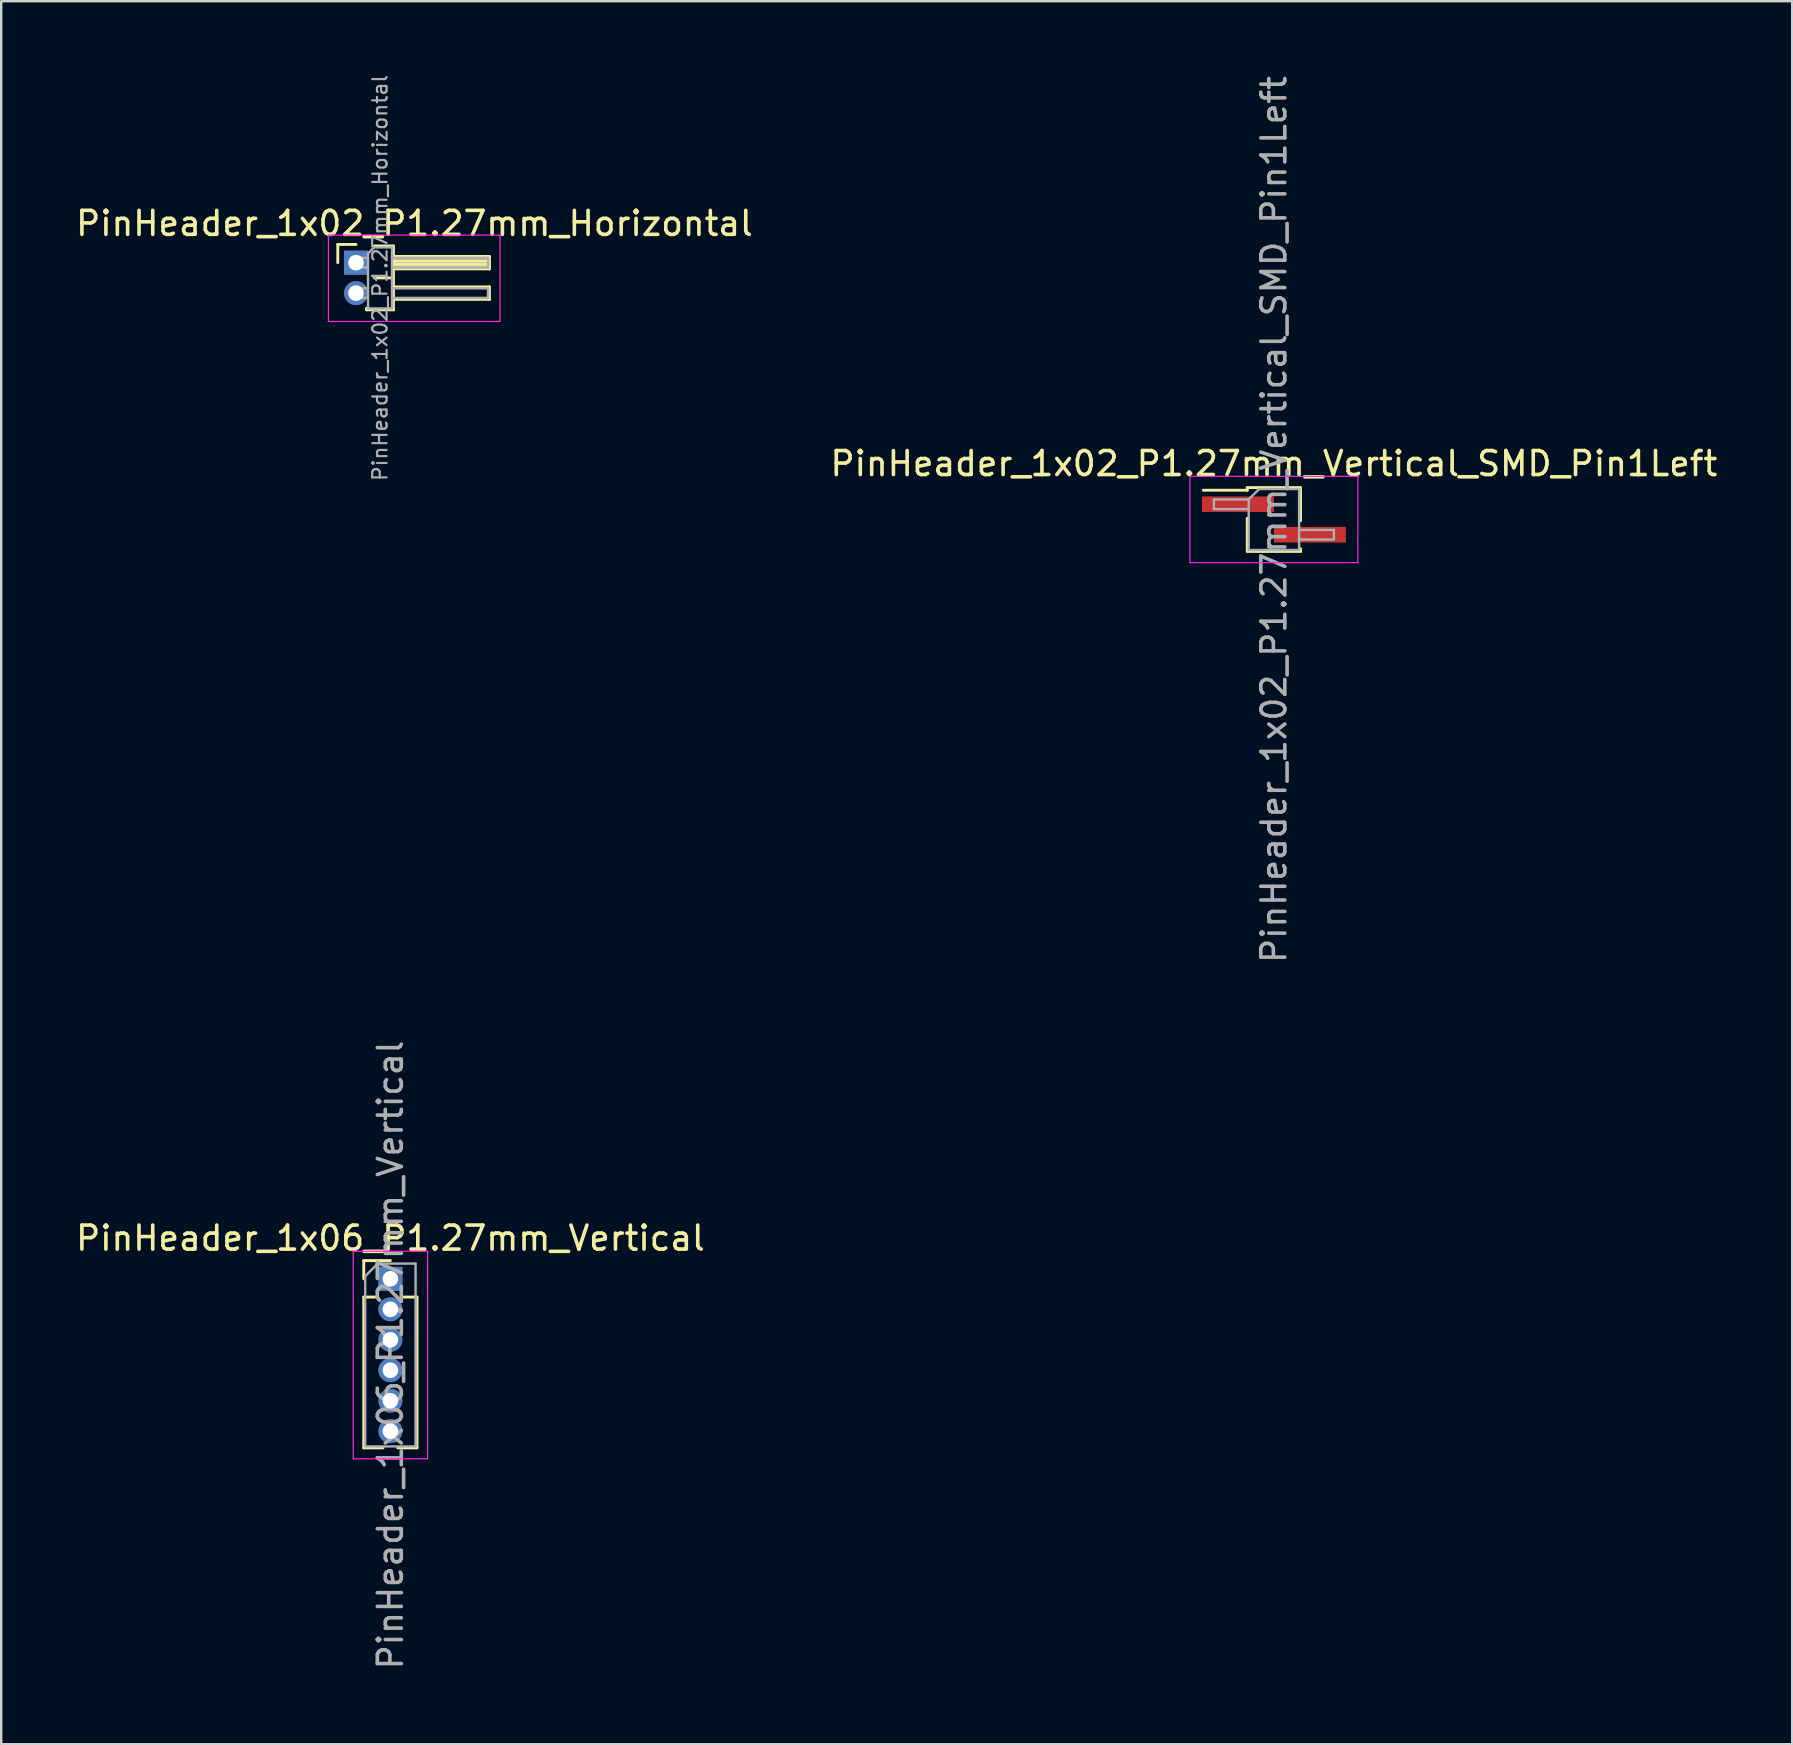
<source format=kicad_pcb>
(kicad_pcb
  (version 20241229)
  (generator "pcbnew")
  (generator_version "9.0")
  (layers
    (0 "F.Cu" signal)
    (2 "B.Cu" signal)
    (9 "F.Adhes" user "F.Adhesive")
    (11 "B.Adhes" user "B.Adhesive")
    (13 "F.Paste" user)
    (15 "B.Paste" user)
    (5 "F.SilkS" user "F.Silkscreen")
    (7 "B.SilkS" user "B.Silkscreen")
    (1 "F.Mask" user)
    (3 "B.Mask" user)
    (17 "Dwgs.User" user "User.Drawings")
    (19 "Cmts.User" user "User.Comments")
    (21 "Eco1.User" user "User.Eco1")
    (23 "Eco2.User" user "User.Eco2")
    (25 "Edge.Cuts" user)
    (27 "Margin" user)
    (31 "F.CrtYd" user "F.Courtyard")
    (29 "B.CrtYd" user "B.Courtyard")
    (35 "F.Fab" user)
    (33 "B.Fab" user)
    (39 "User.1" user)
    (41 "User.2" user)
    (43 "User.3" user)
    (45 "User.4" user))
  (footprint "PinHeader_1x02_P1.27mm_Vertical_SMD_Pin1Left"
    (layer "F.Cu")
    (at 50.042 18.601)
    (property "Reference" "PinHeader_1x02_P1.27mm_Vertical_SMD_Pin1Left" (at 0 -2.33 0) (layer "F.SilkS") (effects (font (size 1 1) (thickness 0.15))))
    (attr smd)
    (fp_line (start -1.11 -1.33) (end -1.11 -1.22) (stroke (width 0.12) (type solid)) (layer "F.SilkS"))
    (fp_line (start -1.11 -1.33) (end 1.11 -1.33) (stroke (width 0.12) (type solid)) (layer "F.SilkS"))
    (fp_line (start -1.11 -1.22) (end -2.94 -1.22) (stroke (width 0.12) (type solid)) (layer "F.SilkS"))
    (fp_line (start -1.11 -0.05) (end -1.11 1.32) (stroke (width 0.12) (type solid)) (layer "F.SilkS"))
    (fp_line (start -1.11 1.33) (end 1.11 1.33) (stroke (width 0.12) (type solid)) (layer "F.SilkS"))
    (fp_line (start 1.11 -1.32) (end 1.11 0.05) (stroke (width 0.12) (type solid)) (layer "F.SilkS"))
    (fp_line (start 1.11 1.22) (end 1.11 1.33) (stroke (width 0.12) (type solid)) (layer "F.SilkS"))
    (fp_line (start -3.5 -1.8) (end -3.5 1.8) (stroke (width 0.05) (type solid)) (layer "F.CrtYd"))
    (fp_line (start -3.5 1.8) (end 3.5 1.8) (stroke (width 0.05) (type solid)) (layer "F.CrtYd"))
    (fp_line (start 3.5 -1.8) (end -3.5 -1.8) (stroke (width 0.05) (type solid)) (layer "F.CrtYd"))
    (fp_line (start 3.5 1.8) (end 3.5 -1.8) (stroke (width 0.05) (type solid)) (layer "F.CrtYd"))
    (fp_line (start -2.5 -0.835) (end -2.5 -0.435) (stroke (width 0.1) (type solid)) (layer "F.Fab"))
    (fp_line (start -2.5 -0.435) (end -1.05 -0.435) (stroke (width 0.1) (type solid)) (layer "F.Fab"))
    (fp_line (start -1.05 -0.835) (end -2.5 -0.835) (stroke (width 0.1) (type solid)) (layer "F.Fab"))
    (fp_line (start -1.05 -0.835) (end -0.615 -1.27) (stroke (width 0.1) (type solid)) (layer "F.Fab"))
    (fp_line (start -1.05 1.27) (end -1.05 -0.835) (stroke (width 0.1) (type solid)) (layer "F.Fab"))
    (fp_line (start -0.615 -1.27) (end 1.05 -1.27) (stroke (width 0.1) (type solid)) (layer "F.Fab"))
    (fp_line (start 1.05 -1.27) (end 1.05 1.27) (stroke (width 0.1) (type solid)) (layer "F.Fab"))
    (fp_line (start 1.05 0.435) (end 2.5 0.435) (stroke (width 0.1) (type solid)) (layer "F.Fab"))
    (fp_line (start 1.05 1.27) (end -1.05 1.27) (stroke (width 0.1) (type solid)) (layer "F.Fab"))
    (fp_line (start 2.5 0.435) (end 2.5 0.835) (stroke (width 0.1) (type solid)) (layer "F.Fab"))
    (fp_line (start 2.5 0.835) (end 1.05 0.835) (stroke (width 0.1) (type solid)) (layer "F.Fab"))
    (fp_text user "${REFERENCE}" (at 0 0 90) (layer "F.Fab") (effects (font (size 1 1) (thickness 0.15))))
    (pad "1" smd rect (at -1.5 -0.635) (size 3 0.65) (layers "F.Cu" "F.Mask" "F.Paste"))
    (pad "2" smd rect (at 1.5 0.635) (size 3 0.65) (layers "F.Cu" "F.Mask" "F.Paste")))
  (footprint "PinHeader_1x06_P1.27mm_Vertical"
    (layer "F.Cu")
    (at 13.22 50.248)
    (property "Reference" "PinHeader_1x06_P1.27mm_Vertical" (at 0 -1.695 0) (layer "F.SilkS") (effects (font (size 1 1) (thickness 0.15))))
    (attr through_hole)
    (fp_line (start -1.11 -0.76) (end 0 -0.76) (stroke (width 0.12) (type solid)) (layer "F.SilkS"))
    (fp_line (start -1.11 0) (end -1.11 -0.76) (stroke (width 0.12) (type solid)) (layer "F.SilkS"))
    (fp_line (start -1.11 0.76) (end -1.11 7.045) (stroke (width 0.12) (type solid)) (layer "F.SilkS"))
    (fp_line (start -1.11 0.76) (end -0.563 0.76) (stroke (width 0.12) (type solid)) (layer "F.SilkS"))
    (fp_line (start -1.11 7.045) (end -0.308 7.045) (stroke (width 0.12) (type solid)) (layer "F.SilkS"))
    (fp_line (start 0.308 7.045) (end 1.11 7.045) (stroke (width 0.12) (type solid)) (layer "F.SilkS"))
    (fp_line (start 0.563 0.76) (end 1.11 0.76) (stroke (width 0.12) (type solid)) (layer "F.SilkS"))
    (fp_line (start 1.11 0.76) (end 1.11 7.045) (stroke (width 0.12) (type solid)) (layer "F.SilkS"))
    (fp_line (start -1.55 -1.15) (end -1.55 7.5) (stroke (width 0.05) (type solid)) (layer "F.CrtYd"))
    (fp_line (start -1.55 7.5) (end 1.55 7.5) (stroke (width 0.05) (type solid)) (layer "F.CrtYd"))
    (fp_line (start 1.55 -1.15) (end -1.55 -1.15) (stroke (width 0.05) (type solid)) (layer "F.CrtYd"))
    (fp_line (start 1.55 7.5) (end 1.55 -1.15) (stroke (width 0.05) (type solid)) (layer "F.CrtYd"))
    (fp_line (start -1.05 -0.11) (end -0.525 -0.635) (stroke (width 0.1) (type solid)) (layer "F.Fab"))
    (fp_line (start -1.05 6.985) (end -1.05 -0.11) (stroke (width 0.1) (type solid)) (layer "F.Fab"))
    (fp_line (start -0.525 -0.635) (end 1.05 -0.635) (stroke (width 0.1) (type solid)) (layer "F.Fab"))
    (fp_line (start 1.05 -0.635) (end 1.05 6.985) (stroke (width 0.1) (type solid)) (layer "F.Fab"))
    (fp_line (start 1.05 6.985) (end -1.05 6.985) (stroke (width 0.1) (type solid)) (layer "F.Fab"))
    (fp_text user "${REFERENCE}" (at 0 3.175 90) (layer "F.Fab") (effects (font (size 1 1) (thickness 0.15))))
    (pad "1" thru_hole rect (at 0 0) (size 1 1) (drill 0.65) (layers "*.Cu" "*.Mask"))
    (pad "2" thru_hole oval (at 0 1.27) (size 1 1) (drill 0.65) (layers "*.Cu" "*.Mask"))
    (pad "3" thru_hole oval (at 0 2.54) (size 1 1) (drill 0.65) (layers "*.Cu" "*.Mask"))
    (pad "4" thru_hole oval (at 0 3.81) (size 1 1) (drill 0.65) (layers "*.Cu" "*.Mask"))
    (pad "5" thru_hole oval (at 0 5.08) (size 1 1) (drill 0.65) (layers "*.Cu" "*.Mask"))
    (pad "6" thru_hole oval (at 0 6.35) (size 1 1) (drill 0.65) (layers "*.Cu" "*.Mask")))
  (footprint "PinHeader_1x02_P1.27mm_Horizontal"
    (layer "F.Cu")
    (at 11.788 7.897)
    (property "Reference" "PinHeader_1x02_P1.27mm_Horizontal" (at 2.433 -1.635 0) (layer "F.SilkS") (effects (font (size 1 1) (thickness 0.15))))
    (attr through_hole)
    (fp_line (start -0.76 -0.76) (end 0 -0.76) (stroke (width 0.12) (type solid)) (layer "F.SilkS"))
    (fp_line (start -0.76 0) (end -0.76 -0.76) (stroke (width 0.12) (type solid)) (layer "F.SilkS"))
    (fp_line (start 0.44 1.965) (end 0.44 1.89) (stroke (width 0.12) (type solid)) (layer "F.SilkS"))
    (fp_line (start 0.76 -0.695) (end 1.56 -0.695) (stroke (width 0.12) (type solid)) (layer "F.SilkS"))
    (fp_line (start 0.76 0.635) (end 1.56 0.635) (stroke (width 0.12) (type solid)) (layer "F.SilkS"))
    (fp_line (start 1.56 -0.695) (end 1.56 1.965) (stroke (width 0.12) (type solid)) (layer "F.SilkS"))
    (fp_line (start 1.56 -0.26) (end 5.56 -0.26) (stroke (width 0.12) (type solid)) (layer "F.SilkS"))
    (fp_line (start 1.56 -0.2) (end 5.56 -0.2) (stroke (width 0.12) (type solid)) (layer "F.SilkS"))
    (fp_line (start 1.56 -0.08) (end 5.56 -0.08) (stroke (width 0.12) (type solid)) (layer "F.SilkS"))
    (fp_line (start 1.56 0.04) (end 5.56 0.04) (stroke (width 0.12) (type solid)) (layer "F.SilkS"))
    (fp_line (start 1.56 0.16) (end 5.56 0.16) (stroke (width 0.12) (type solid)) (layer "F.SilkS"))
    (fp_line (start 1.56 1.01) (end 5.56 1.01) (stroke (width 0.12) (type solid)) (layer "F.SilkS"))
    (fp_line (start 1.56 1.965) (end 0.44 1.965) (stroke (width 0.12) (type solid)) (layer "F.SilkS"))
    (fp_line (start 5.56 -0.26) (end 5.56 0.26) (stroke (width 0.12) (type solid)) (layer "F.SilkS"))
    (fp_line (start 5.56 0.26) (end 1.56 0.26) (stroke (width 0.12) (type solid)) (layer "F.SilkS"))
    (fp_line (start 5.56 1.01) (end 5.56 1.53) (stroke (width 0.12) (type solid)) (layer "F.SilkS"))
    (fp_line (start 5.56 1.53) (end 1.56 1.53) (stroke (width 0.12) (type solid)) (layer "F.SilkS"))
    (fp_line (start -1.15 -1.15) (end -1.15 2.45) (stroke (width 0.05) (type solid)) (layer "F.CrtYd"))
    (fp_line (start -1.15 2.45) (end 6 2.45) (stroke (width 0.05) (type solid)) (layer "F.CrtYd"))
    (fp_line (start 6 -1.15) (end -1.15 -1.15) (stroke (width 0.05) (type solid)) (layer "F.CrtYd"))
    (fp_line (start 6 2.45) (end 6 -1.15) (stroke (width 0.05) (type solid)) (layer "F.CrtYd"))
    (fp_line (start -0.2 -0.2) (end -0.2 0.2) (stroke (width 0.1) (type solid)) (layer "F.Fab"))
    (fp_line (start -0.2 -0.2) (end 0.5 -0.2) (stroke (width 0.1) (type solid)) (layer "F.Fab"))
    (fp_line (start -0.2 0.2) (end 0.5 0.2) (stroke (width 0.1) (type solid)) (layer "F.Fab"))
    (fp_line (start -0.2 1.07) (end -0.2 1.47) (stroke (width 0.1) (type solid)) (layer "F.Fab"))
    (fp_line (start -0.2 1.07) (end 0.5 1.07) (stroke (width 0.1) (type solid)) (layer "F.Fab"))
    (fp_line (start -0.2 1.47) (end 0.5 1.47) (stroke (width 0.1) (type solid)) (layer "F.Fab"))
    (fp_line (start 0.5 -0.385) (end 0.75 -0.635) (stroke (width 0.1) (type solid)) (layer "F.Fab"))
    (fp_line (start 0.5 1.905) (end 0.5 -0.385) (stroke (width 0.1) (type solid)) (layer "F.Fab"))
    (fp_line (start 0.75 -0.635) (end 1.5 -0.635) (stroke (width 0.1) (type solid)) (layer "F.Fab"))
    (fp_line (start 1.5 -0.635) (end 1.5 1.905) (stroke (width 0.1) (type solid)) (layer "F.Fab"))
    (fp_line (start 1.5 -0.2) (end 5.5 -0.2) (stroke (width 0.1) (type solid)) (layer "F.Fab"))
    (fp_line (start 1.5 0.2) (end 5.5 0.2) (stroke (width 0.1) (type solid)) (layer "F.Fab"))
    (fp_line (start 1.5 1.07) (end 5.5 1.07) (stroke (width 0.1) (type solid)) (layer "F.Fab"))
    (fp_line (start 1.5 1.47) (end 5.5 1.47) (stroke (width 0.1) (type solid)) (layer "F.Fab"))
    (fp_line (start 1.5 1.905) (end 0.5 1.905) (stroke (width 0.1) (type solid)) (layer "F.Fab"))
    (fp_line (start 5.5 -0.2) (end 5.5 0.2) (stroke (width 0.1) (type solid)) (layer "F.Fab"))
    (fp_line (start 5.5 1.07) (end 5.5 1.47) (stroke (width 0.1) (type solid)) (layer "F.Fab"))
    (fp_text user "${REFERENCE}" (at 1 0.635 90) (layer "F.Fab") (effects (font (size 0.6 0.6) (thickness 0.09))))
    (pad "1" thru_hole rect (at 0 0) (size 1 1) (drill 0.65) (layers "*.Cu" "*.Mask"))
    (pad "2" thru_hole oval (at 0 1.27) (size 1 1) (drill 0.65) (layers "*.Cu" "*.Mask")))
  (gr_rect
    (start -3 -3)
    (end 71.643 69.643)
    (stroke (width 0.1) (type default))
    (fill no)
    (layer "Edge.Cuts")))
</source>
